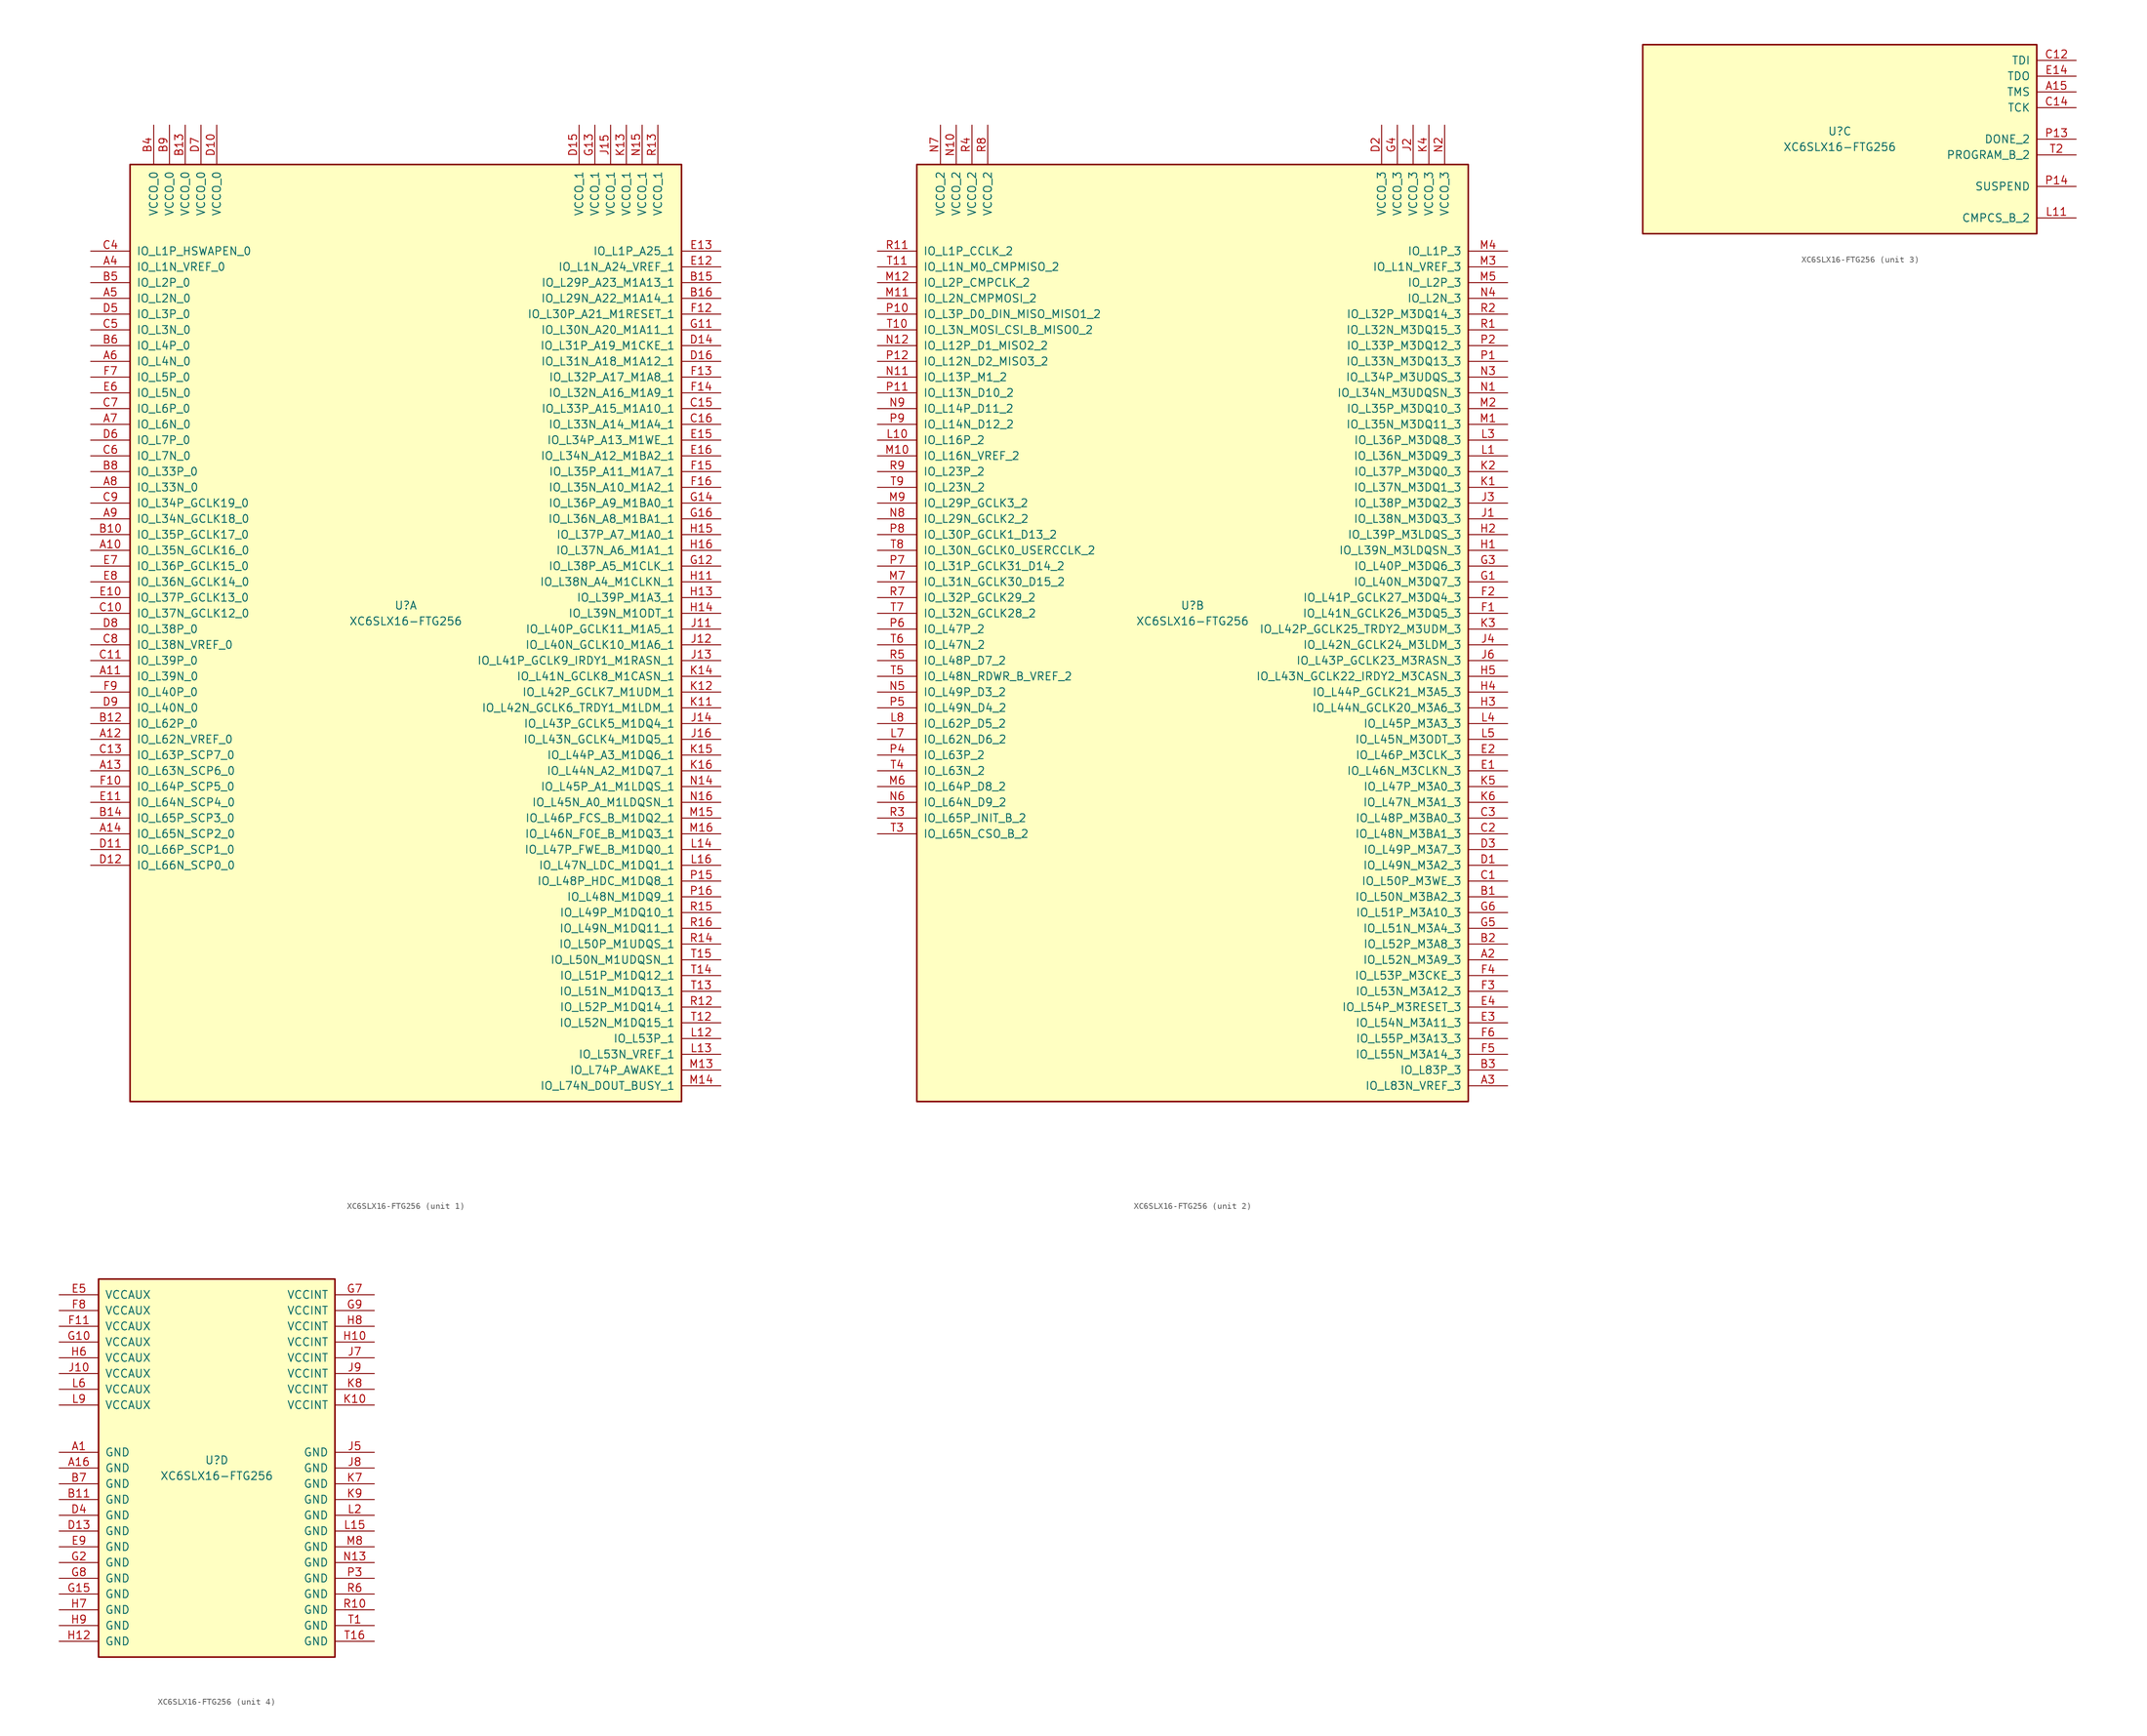
<source format=kicad_sym>
(kicad_symbol_lib
  (version 20220914)
  (generator kicad_symbol_editor)
  (symbol "XC6SLX16-FTG256"
    (pin_names
      (offset 1.016))
    (property "Reference" "U"
      (at 0 1.27 0)
      (effects (font (size 1.27 1.27))))
    (property "Value" "XC6SLX16-FTG256"
      (at 0 -1.27 0)
      (effects (font (size 1.27 1.27))))
    (property "Datasheet" ""
      (at 0 0 0)
      (effects (font (size 1.27 1.27))))
    (property "ki_locked" ""
      (at 0 0 0)
      (effects (font (size 1.27 1.27))))
    (symbol "XC6SLX16-FTG256_1_1"
      (rectangle (start -44.45 72.39) (end 44.45 -78.74) (stroke (width 0.254) (type default)) (fill (type background)))
      (pin bidirectional line (at -50.8 10.16 0) (length 6.35) (name "IO_L35N_GCLK16_0" (effects (font (size 1.27 1.27)))) (number "A10" (effects (font (size 1.27 1.27)))))
      (pin bidirectional line (at -50.8 -10.16 0) (length 6.35) (name "IO_L39N_0" (effects (font (size 1.27 1.27)))) (number "A11" (effects (font (size 1.27 1.27)))))
      (pin bidirectional line (at -50.8 -20.32 0) (length 6.35) (name "IO_L62N_VREF_0" (effects (font (size 1.27 1.27)))) (number "A12" (effects (font (size 1.27 1.27)))))
      (pin bidirectional line (at -50.8 -25.4 0) (length 6.35) (name "IO_L63N_SCP6_0" (effects (font (size 1.27 1.27)))) (number "A13" (effects (font (size 1.27 1.27)))))
      (pin bidirectional line (at -50.8 -35.56 0) (length 6.35) (name "IO_L65N_SCP2_0" (effects (font (size 1.27 1.27)))) (number "A14" (effects (font (size 1.27 1.27)))))
      (pin bidirectional line (at -50.8 55.88 0) (length 6.35) (name "IO_L1N_VREF_0" (effects (font (size 1.27 1.27)))) (number "A4" (effects (font (size 1.27 1.27)))))
      (pin bidirectional line (at -50.8 50.8 0) (length 6.35) (name "IO_L2N_0" (effects (font (size 1.27 1.27)))) (number "A5" (effects (font (size 1.27 1.27)))))
      (pin bidirectional line (at -50.8 40.64 0) (length 6.35) (name "IO_L4N_0" (effects (font (size 1.27 1.27)))) (number "A6" (effects (font (size 1.27 1.27)))))
      (pin bidirectional line (at -50.8 30.48 0) (length 6.35) (name "IO_L6N_0" (effects (font (size 1.27 1.27)))) (number "A7" (effects (font (size 1.27 1.27)))))
      (pin bidirectional line (at -50.8 20.32 0) (length 6.35) (name "IO_L33N_0" (effects (font (size 1.27 1.27)))) (number "A8" (effects (font (size 1.27 1.27)))))
      (pin bidirectional line (at -50.8 15.24 0) (length 6.35) (name "IO_L34N_GCLK18_0" (effects (font (size 1.27 1.27)))) (number "A9" (effects (font (size 1.27 1.27)))))
      (pin bidirectional line (at -50.8 12.7 0) (length 6.35) (name "IO_L35P_GCLK17_0" (effects (font (size 1.27 1.27)))) (number "B10" (effects (font (size 1.27 1.27)))))
      (pin bidirectional line (at -50.8 -17.78 0) (length 6.35) (name "IO_L62P_0" (effects (font (size 1.27 1.27)))) (number "B12" (effects (font (size 1.27 1.27)))))
      (pin power_in line (at -35.56 78.74 270) (length 6.35) (name "VCCO_0" (effects (font (size 1.27 1.27)))) (number "B13" (effects (font (size 1.27 1.27)))))
      (pin bidirectional line (at -50.8 -33.02 0) (length 6.35) (name "IO_L65P_SCP3_0" (effects (font (size 1.27 1.27)))) (number "B14" (effects (font (size 1.27 1.27)))))
      (pin bidirectional line (at 50.8 53.34 180) (length 6.35) (name "IO_L29P_A23_M1A13_1" (effects (font (size 1.27 1.27)))) (number "B15" (effects (font (size 1.27 1.27)))))
      (pin bidirectional line (at 50.8 50.8 180) (length 6.35) (name "IO_L29N_A22_M1A14_1" (effects (font (size 1.27 1.27)))) (number "B16" (effects (font (size 1.27 1.27)))))
      (pin power_in line (at -40.64 78.74 270) (length 6.35) (name "VCCO_0" (effects (font (size 1.27 1.27)))) (number "B4" (effects (font (size 1.27 1.27)))))
      (pin bidirectional line (at -50.8 53.34 0) (length 6.35) (name "IO_L2P_0" (effects (font (size 1.27 1.27)))) (number "B5" (effects (font (size 1.27 1.27)))))
      (pin bidirectional line (at -50.8 43.18 0) (length 6.35) (name "IO_L4P_0" (effects (font (size 1.27 1.27)))) (number "B6" (effects (font (size 1.27 1.27)))))
      (pin bidirectional line (at -50.8 22.86 0) (length 6.35) (name "IO_L33P_0" (effects (font (size 1.27 1.27)))) (number "B8" (effects (font (size 1.27 1.27)))))
      (pin power_in line (at -38.1 78.74 270) (length 6.35) (name "VCCO_0" (effects (font (size 1.27 1.27)))) (number "B9" (effects (font (size 1.27 1.27)))))
      (pin bidirectional line (at -50.8 0 0) (length 6.35) (name "IO_L37N_GCLK12_0" (effects (font (size 1.27 1.27)))) (number "C10" (effects (font (size 1.27 1.27)))))
      (pin bidirectional line (at -50.8 -7.62 0) (length 6.35) (name "IO_L39P_0" (effects (font (size 1.27 1.27)))) (number "C11" (effects (font (size 1.27 1.27)))))
      (pin bidirectional line (at -50.8 -22.86 0) (length 6.35) (name "IO_L63P_SCP7_0" (effects (font (size 1.27 1.27)))) (number "C13" (effects (font (size 1.27 1.27)))))
      (pin bidirectional line (at 50.8 33.02 180) (length 6.35) (name "IO_L33P_A15_M1A10_1" (effects (font (size 1.27 1.27)))) (number "C15" (effects (font (size 1.27 1.27)))))
      (pin bidirectional line (at 50.8 30.48 180) (length 6.35) (name "IO_L33N_A14_M1A4_1" (effects (font (size 1.27 1.27)))) (number "C16" (effects (font (size 1.27 1.27)))))
      (pin bidirectional line (at -50.8 58.42 0) (length 6.35) (name "IO_L1P_HSWAPEN_0" (effects (font (size 1.27 1.27)))) (number "C4" (effects (font (size 1.27 1.27)))))
      (pin bidirectional line (at -50.8 45.72 0) (length 6.35) (name "IO_L3N_0" (effects (font (size 1.27 1.27)))) (number "C5" (effects (font (size 1.27 1.27)))))
      (pin bidirectional line (at -50.8 25.4 0) (length 6.35) (name "IO_L7N_0" (effects (font (size 1.27 1.27)))) (number "C6" (effects (font (size 1.27 1.27)))))
      (pin bidirectional line (at -50.8 33.02 0) (length 6.35) (name "IO_L6P_0" (effects (font (size 1.27 1.27)))) (number "C7" (effects (font (size 1.27 1.27)))))
      (pin bidirectional line (at -50.8 -5.08 0) (length 6.35) (name "IO_L38N_VREF_0" (effects (font (size 1.27 1.27)))) (number "C8" (effects (font (size 1.27 1.27)))))
      (pin bidirectional line (at -50.8 17.78 0) (length 6.35) (name "IO_L34P_GCLK19_0" (effects (font (size 1.27 1.27)))) (number "C9" (effects (font (size 1.27 1.27)))))
      (pin power_in line (at -30.48 78.74 270) (length 6.35) (name "VCCO_0" (effects (font (size 1.27 1.27)))) (number "D10" (effects (font (size 1.27 1.27)))))
      (pin bidirectional line (at -50.8 -38.1 0) (length 6.35) (name "IO_L66P_SCP1_0" (effects (font (size 1.27 1.27)))) (number "D11" (effects (font (size 1.27 1.27)))))
      (pin bidirectional line (at -50.8 -40.64 0) (length 6.35) (name "IO_L66N_SCP0_0" (effects (font (size 1.27 1.27)))) (number "D12" (effects (font (size 1.27 1.27)))))
      (pin bidirectional line (at 50.8 43.18 180) (length 6.35) (name "IO_L31P_A19_M1CKE_1" (effects (font (size 1.27 1.27)))) (number "D14" (effects (font (size 1.27 1.27)))))
      (pin power_in line (at 27.94 78.74 270) (length 6.35) (name "VCCO_1" (effects (font (size 1.27 1.27)))) (number "D15" (effects (font (size 1.27 1.27)))))
      (pin bidirectional line (at 50.8 40.64 180) (length 6.35) (name "IO_L31N_A18_M1A12_1" (effects (font (size 1.27 1.27)))) (number "D16" (effects (font (size 1.27 1.27)))))
      (pin bidirectional line (at -50.8 48.26 0) (length 6.35) (name "IO_L3P_0" (effects (font (size 1.27 1.27)))) (number "D5" (effects (font (size 1.27 1.27)))))
      (pin bidirectional line (at -50.8 27.94 0) (length 6.35) (name "IO_L7P_0" (effects (font (size 1.27 1.27)))) (number "D6" (effects (font (size 1.27 1.27)))))
      (pin power_in line (at -33.02 78.74 270) (length 6.35) (name "VCCO_0" (effects (font (size 1.27 1.27)))) (number "D7" (effects (font (size 1.27 1.27)))))
      (pin bidirectional line (at -50.8 -2.54 0) (length 6.35) (name "IO_L38P_0" (effects (font (size 1.27 1.27)))) (number "D8" (effects (font (size 1.27 1.27)))))
      (pin bidirectional line (at -50.8 -15.24 0) (length 6.35) (name "IO_L40N_0" (effects (font (size 1.27 1.27)))) (number "D9" (effects (font (size 1.27 1.27)))))
      (pin bidirectional line (at -50.8 2.54 0) (length 6.35) (name "IO_L37P_GCLK13_0" (effects (font (size 1.27 1.27)))) (number "E10" (effects (font (size 1.27 1.27)))))
      (pin bidirectional line (at -50.8 -30.48 0) (length 6.35) (name "IO_L64N_SCP4_0" (effects (font (size 1.27 1.27)))) (number "E11" (effects (font (size 1.27 1.27)))))
      (pin bidirectional line (at 50.8 55.88 180) (length 6.35) (name "IO_L1N_A24_VREF_1" (effects (font (size 1.27 1.27)))) (number "E12" (effects (font (size 1.27 1.27)))))
      (pin bidirectional line (at 50.8 58.42 180) (length 6.35) (name "IO_L1P_A25_1" (effects (font (size 1.27 1.27)))) (number "E13" (effects (font (size 1.27 1.27)))))
      (pin bidirectional line (at 50.8 27.94 180) (length 6.35) (name "IO_L34P_A13_M1WE_1" (effects (font (size 1.27 1.27)))) (number "E15" (effects (font (size 1.27 1.27)))))
      (pin bidirectional line (at 50.8 25.4 180) (length 6.35) (name "IO_L34N_A12_M1BA2_1" (effects (font (size 1.27 1.27)))) (number "E16" (effects (font (size 1.27 1.27)))))
      (pin bidirectional line (at -50.8 35.56 0) (length 6.35) (name "IO_L5N_0" (effects (font (size 1.27 1.27)))) (number "E6" (effects (font (size 1.27 1.27)))))
      (pin bidirectional line (at -50.8 7.62 0) (length 6.35) (name "IO_L36P_GCLK15_0" (effects (font (size 1.27 1.27)))) (number "E7" (effects (font (size 1.27 1.27)))))
      (pin bidirectional line (at -50.8 5.08 0) (length 6.35) (name "IO_L36N_GCLK14_0" (effects (font (size 1.27 1.27)))) (number "E8" (effects (font (size 1.27 1.27)))))
      (pin bidirectional line (at -50.8 -27.94 0) (length 6.35) (name "IO_L64P_SCP5_0" (effects (font (size 1.27 1.27)))) (number "F10" (effects (font (size 1.27 1.27)))))
      (pin bidirectional line (at 50.8 48.26 180) (length 6.35) (name "IO_L30P_A21_M1RESET_1" (effects (font (size 1.27 1.27)))) (number "F12" (effects (font (size 1.27 1.27)))))
      (pin bidirectional line (at 50.8 38.1 180) (length 6.35) (name "IO_L32P_A17_M1A8_1" (effects (font (size 1.27 1.27)))) (number "F13" (effects (font (size 1.27 1.27)))))
      (pin bidirectional line (at 50.8 35.56 180) (length 6.35) (name "IO_L32N_A16_M1A9_1" (effects (font (size 1.27 1.27)))) (number "F14" (effects (font (size 1.27 1.27)))))
      (pin bidirectional line (at 50.8 22.86 180) (length 6.35) (name "IO_L35P_A11_M1A7_1" (effects (font (size 1.27 1.27)))) (number "F15" (effects (font (size 1.27 1.27)))))
      (pin bidirectional line (at 50.8 20.32 180) (length 6.35) (name "IO_L35N_A10_M1A2_1" (effects (font (size 1.27 1.27)))) (number "F16" (effects (font (size 1.27 1.27)))))
      (pin bidirectional line (at -50.8 38.1 0) (length 6.35) (name "IO_L5P_0" (effects (font (size 1.27 1.27)))) (number "F7" (effects (font (size 1.27 1.27)))))
      (pin bidirectional line (at -50.8 -12.7 0) (length 6.35) (name "IO_L40P_0" (effects (font (size 1.27 1.27)))) (number "F9" (effects (font (size 1.27 1.27)))))
      (pin bidirectional line (at 50.8 45.72 180) (length 6.35) (name "IO_L30N_A20_M1A11_1" (effects (font (size 1.27 1.27)))) (number "G11" (effects (font (size 1.27 1.27)))))
      (pin bidirectional line (at 50.8 7.62 180) (length 6.35) (name "IO_L38P_A5_M1CLK_1" (effects (font (size 1.27 1.27)))) (number "G12" (effects (font (size 1.27 1.27)))))
      (pin power_in line (at 30.48 78.74 270) (length 6.35) (name "VCCO_1" (effects (font (size 1.27 1.27)))) (number "G13" (effects (font (size 1.27 1.27)))))
      (pin bidirectional line (at 50.8 17.78 180) (length 6.35) (name "IO_L36P_A9_M1BA0_1" (effects (font (size 1.27 1.27)))) (number "G14" (effects (font (size 1.27 1.27)))))
      (pin bidirectional line (at 50.8 15.24 180) (length 6.35) (name "IO_L36N_A8_M1BA1_1" (effects (font (size 1.27 1.27)))) (number "G16" (effects (font (size 1.27 1.27)))))
      (pin bidirectional line (at 50.8 5.08 180) (length 6.35) (name "IO_L38N_A4_M1CLKN_1" (effects (font (size 1.27 1.27)))) (number "H11" (effects (font (size 1.27 1.27)))))
      (pin bidirectional line (at 50.8 2.54 180) (length 6.35) (name "IO_L39P_M1A3_1" (effects (font (size 1.27 1.27)))) (number "H13" (effects (font (size 1.27 1.27)))))
      (pin bidirectional line (at 50.8 0 180) (length 6.35) (name "IO_L39N_M1ODT_1" (effects (font (size 1.27 1.27)))) (number "H14" (effects (font (size 1.27 1.27)))))
      (pin bidirectional line (at 50.8 12.7 180) (length 6.35) (name "IO_L37P_A7_M1A0_1" (effects (font (size 1.27 1.27)))) (number "H15" (effects (font (size 1.27 1.27)))))
      (pin bidirectional line (at 50.8 10.16 180) (length 6.35) (name "IO_L37N_A6_M1A1_1" (effects (font (size 1.27 1.27)))) (number "H16" (effects (font (size 1.27 1.27)))))
      (pin bidirectional line (at 50.8 -2.54 180) (length 6.35) (name "IO_L40P_GCLK11_M1A5_1" (effects (font (size 1.27 1.27)))) (number "J11" (effects (font (size 1.27 1.27)))))
      (pin bidirectional line (at 50.8 -5.08 180) (length 6.35) (name "IO_L40N_GCLK10_M1A6_1" (effects (font (size 1.27 1.27)))) (number "J12" (effects (font (size 1.27 1.27)))))
      (pin bidirectional line (at 50.8 -7.62 180) (length 6.35) (name "IO_L41P_GCLK9_IRDY1_M1RASN_1" (effects (font (size 1.27 1.27)))) (number "J13" (effects (font (size 1.27 1.27)))))
      (pin bidirectional line (at 50.8 -17.78 180) (length 6.35) (name "IO_L43P_GCLK5_M1DQ4_1" (effects (font (size 1.27 1.27)))) (number "J14" (effects (font (size 1.27 1.27)))))
      (pin power_in line (at 33.02 78.74 270) (length 6.35) (name "VCCO_1" (effects (font (size 1.27 1.27)))) (number "J15" (effects (font (size 1.27 1.27)))))
      (pin bidirectional line (at 50.8 -20.32 180) (length 6.35) (name "IO_L43N_GCLK4_M1DQ5_1" (effects (font (size 1.27 1.27)))) (number "J16" (effects (font (size 1.27 1.27)))))
      (pin bidirectional line (at 50.8 -15.24 180) (length 6.35) (name "IO_L42N_GCLK6_TRDY1_M1LDM_1" (effects (font (size 1.27 1.27)))) (number "K11" (effects (font (size 1.27 1.27)))))
      (pin bidirectional line (at 50.8 -12.7 180) (length 6.35) (name "IO_L42P_GCLK7_M1UDM_1" (effects (font (size 1.27 1.27)))) (number "K12" (effects (font (size 1.27 1.27)))))
      (pin power_in line (at 35.56 78.74 270) (length 6.35) (name "VCCO_1" (effects (font (size 1.27 1.27)))) (number "K13" (effects (font (size 1.27 1.27)))))
      (pin bidirectional line (at 50.8 -10.16 180) (length 6.35) (name "IO_L41N_GCLK8_M1CASN_1" (effects (font (size 1.27 1.27)))) (number "K14" (effects (font (size 1.27 1.27)))))
      (pin bidirectional line (at 50.8 -22.86 180) (length 6.35) (name "IO_L44P_A3_M1DQ6_1" (effects (font (size 1.27 1.27)))) (number "K15" (effects (font (size 1.27 1.27)))))
      (pin bidirectional line (at 50.8 -25.4 180) (length 6.35) (name "IO_L44N_A2_M1DQ7_1" (effects (font (size 1.27 1.27)))) (number "K16" (effects (font (size 1.27 1.27)))))
      (pin bidirectional line (at 50.8 -68.58 180) (length 6.35) (name "IO_L53P_1" (effects (font (size 1.27 1.27)))) (number "L12" (effects (font (size 1.27 1.27)))))
      (pin bidirectional line (at 50.8 -71.12 180) (length 6.35) (name "IO_L53N_VREF_1" (effects (font (size 1.27 1.27)))) (number "L13" (effects (font (size 1.27 1.27)))))
      (pin bidirectional line (at 50.8 -38.1 180) (length 6.35) (name "IO_L47P_FWE_B_M1DQ0_1" (effects (font (size 1.27 1.27)))) (number "L14" (effects (font (size 1.27 1.27)))))
      (pin bidirectional line (at 50.8 -40.64 180) (length 6.35) (name "IO_L47N_LDC_M1DQ1_1" (effects (font (size 1.27 1.27)))) (number "L16" (effects (font (size 1.27 1.27)))))
      (pin bidirectional line (at 50.8 -73.66 180) (length 6.35) (name "IO_L74P_AWAKE_1" (effects (font (size 1.27 1.27)))) (number "M13" (effects (font (size 1.27 1.27)))))
      (pin bidirectional line (at 50.8 -76.2 180) (length 6.35) (name "IO_L74N_DOUT_BUSY_1" (effects (font (size 1.27 1.27)))) (number "M14" (effects (font (size 1.27 1.27)))))
      (pin bidirectional line (at 50.8 -33.02 180) (length 6.35) (name "IO_L46P_FCS_B_M1DQ2_1" (effects (font (size 1.27 1.27)))) (number "M15" (effects (font (size 1.27 1.27)))))
      (pin bidirectional line (at 50.8 -35.56 180) (length 6.35) (name "IO_L46N_FOE_B_M1DQ3_1" (effects (font (size 1.27 1.27)))) (number "M16" (effects (font (size 1.27 1.27)))))
      (pin bidirectional line (at 50.8 -27.94 180) (length 6.35) (name "IO_L45P_A1_M1LDQS_1" (effects (font (size 1.27 1.27)))) (number "N14" (effects (font (size 1.27 1.27)))))
      (pin power_in line (at 38.1 78.74 270) (length 6.35) (name "VCCO_1" (effects (font (size 1.27 1.27)))) (number "N15" (effects (font (size 1.27 1.27)))))
      (pin bidirectional line (at 50.8 -30.48 180) (length 6.35) (name "IO_L45N_A0_M1LDQSN_1" (effects (font (size 1.27 1.27)))) (number "N16" (effects (font (size 1.27 1.27)))))
      (pin bidirectional line (at 50.8 -43.18 180) (length 6.35) (name "IO_L48P_HDC_M1DQ8_1" (effects (font (size 1.27 1.27)))) (number "P15" (effects (font (size 1.27 1.27)))))
      (pin bidirectional line (at 50.8 -45.72 180) (length 6.35) (name "IO_L48N_M1DQ9_1" (effects (font (size 1.27 1.27)))) (number "P16" (effects (font (size 1.27 1.27)))))
      (pin bidirectional line (at 50.8 -63.5 180) (length 6.35) (name "IO_L52P_M1DQ14_1" (effects (font (size 1.27 1.27)))) (number "R12" (effects (font (size 1.27 1.27)))))
      (pin power_in line (at 40.64 78.74 270) (length 6.35) (name "VCCO_1" (effects (font (size 1.27 1.27)))) (number "R13" (effects (font (size 1.27 1.27)))))
      (pin bidirectional line (at 50.8 -53.34 180) (length 6.35) (name "IO_L50P_M1UDQS_1" (effects (font (size 1.27 1.27)))) (number "R14" (effects (font (size 1.27 1.27)))))
      (pin bidirectional line (at 50.8 -48.26 180) (length 6.35) (name "IO_L49P_M1DQ10_1" (effects (font (size 1.27 1.27)))) (number "R15" (effects (font (size 1.27 1.27)))))
      (pin bidirectional line (at 50.8 -50.8 180) (length 6.35) (name "IO_L49N_M1DQ11_1" (effects (font (size 1.27 1.27)))) (number "R16" (effects (font (size 1.27 1.27)))))
      (pin bidirectional line (at 50.8 -66.04 180) (length 6.35) (name "IO_L52N_M1DQ15_1" (effects (font (size 1.27 1.27)))) (number "T12" (effects (font (size 1.27 1.27)))))
      (pin bidirectional line (at 50.8 -60.96 180) (length 6.35) (name "IO_L51N_M1DQ13_1" (effects (font (size 1.27 1.27)))) (number "T13" (effects (font (size 1.27 1.27)))))
      (pin bidirectional line (at 50.8 -58.42 180) (length 6.35) (name "IO_L51P_M1DQ12_1" (effects (font (size 1.27 1.27)))) (number "T14" (effects (font (size 1.27 1.27)))))
      (pin bidirectional line (at 50.8 -55.88 180) (length 6.35) (name "IO_L50N_M1UDQSN_1" (effects (font (size 1.27 1.27)))) (number "T15" (effects (font (size 1.27 1.27))))))
    (symbol "XC6SLX16-FTG256_2_1"
      (rectangle (start -44.45 72.39) (end 44.45 -78.74) (stroke (width 0.254) (type default)) (fill (type background)))
      (pin bidirectional line (at 50.8 -55.88 180) (length 6.35) (name "IO_L52N_M3A9_3" (effects (font (size 1.27 1.27)))) (number "A2" (effects (font (size 1.27 1.27)))))
      (pin bidirectional line (at 50.8 -76.2 180) (length 6.35) (name "IO_L83N_VREF_3" (effects (font (size 1.27 1.27)))) (number "A3" (effects (font (size 1.27 1.27)))))
      (pin bidirectional line (at 50.8 -45.72 180) (length 6.35) (name "IO_L50N_M3BA2_3" (effects (font (size 1.27 1.27)))) (number "B1" (effects (font (size 1.27 1.27)))))
      (pin bidirectional line (at 50.8 -53.34 180) (length 6.35) (name "IO_L52P_M3A8_3" (effects (font (size 1.27 1.27)))) (number "B2" (effects (font (size 1.27 1.27)))))
      (pin bidirectional line (at 50.8 -73.66 180) (length 6.35) (name "IO_L83P_3" (effects (font (size 1.27 1.27)))) (number "B3" (effects (font (size 1.27 1.27)))))
      (pin bidirectional line (at 50.8 -43.18 180) (length 6.35) (name "IO_L50P_M3WE_3" (effects (font (size 1.27 1.27)))) (number "C1" (effects (font (size 1.27 1.27)))))
      (pin bidirectional line (at 50.8 -35.56 180) (length 6.35) (name "IO_L48N_M3BA1_3" (effects (font (size 1.27 1.27)))) (number "C2" (effects (font (size 1.27 1.27)))))
      (pin bidirectional line (at 50.8 -33.02 180) (length 6.35) (name "IO_L48P_M3BA0_3" (effects (font (size 1.27 1.27)))) (number "C3" (effects (font (size 1.27 1.27)))))
      (pin bidirectional line (at 50.8 -40.64 180) (length 6.35) (name "IO_L49N_M3A2_3" (effects (font (size 1.27 1.27)))) (number "D1" (effects (font (size 1.27 1.27)))))
      (pin power_in line (at 30.48 78.74 270) (length 6.35) (name "VCCO_3" (effects (font (size 1.27 1.27)))) (number "D2" (effects (font (size 1.27 1.27)))))
      (pin bidirectional line (at 50.8 -38.1 180) (length 6.35) (name "IO_L49P_M3A7_3" (effects (font (size 1.27 1.27)))) (number "D3" (effects (font (size 1.27 1.27)))))
      (pin bidirectional line (at 50.8 -25.4 180) (length 6.35) (name "IO_L46N_M3CLKN_3" (effects (font (size 1.27 1.27)))) (number "E1" (effects (font (size 1.27 1.27)))))
      (pin bidirectional line (at 50.8 -22.86 180) (length 6.35) (name "IO_L46P_M3CLK_3" (effects (font (size 1.27 1.27)))) (number "E2" (effects (font (size 1.27 1.27)))))
      (pin bidirectional line (at 50.8 -66.04 180) (length 6.35) (name "IO_L54N_M3A11_3" (effects (font (size 1.27 1.27)))) (number "E3" (effects (font (size 1.27 1.27)))))
      (pin bidirectional line (at 50.8 -63.5 180) (length 6.35) (name "IO_L54P_M3RESET_3" (effects (font (size 1.27 1.27)))) (number "E4" (effects (font (size 1.27 1.27)))))
      (pin bidirectional line (at 50.8 0 180) (length 6.35) (name "IO_L41N_GCLK26_M3DQ5_3" (effects (font (size 1.27 1.27)))) (number "F1" (effects (font (size 1.27 1.27)))))
      (pin bidirectional line (at 50.8 2.54 180) (length 6.35) (name "IO_L41P_GCLK27_M3DQ4_3" (effects (font (size 1.27 1.27)))) (number "F2" (effects (font (size 1.27 1.27)))))
      (pin bidirectional line (at 50.8 -60.96 180) (length 6.35) (name "IO_L53N_M3A12_3" (effects (font (size 1.27 1.27)))) (number "F3" (effects (font (size 1.27 1.27)))))
      (pin bidirectional line (at 50.8 -58.42 180) (length 6.35) (name "IO_L53P_M3CKE_3" (effects (font (size 1.27 1.27)))) (number "F4" (effects (font (size 1.27 1.27)))))
      (pin bidirectional line (at 50.8 -71.12 180) (length 6.35) (name "IO_L55N_M3A14_3" (effects (font (size 1.27 1.27)))) (number "F5" (effects (font (size 1.27 1.27)))))
      (pin bidirectional line (at 50.8 -68.58 180) (length 6.35) (name "IO_L55P_M3A13_3" (effects (font (size 1.27 1.27)))) (number "F6" (effects (font (size 1.27 1.27)))))
      (pin bidirectional line (at 50.8 5.08 180) (length 6.35) (name "IO_L40N_M3DQ7_3" (effects (font (size 1.27 1.27)))) (number "G1" (effects (font (size 1.27 1.27)))))
      (pin bidirectional line (at 50.8 7.62 180) (length 6.35) (name "IO_L40P_M3DQ6_3" (effects (font (size 1.27 1.27)))) (number "G3" (effects (font (size 1.27 1.27)))))
      (pin power_in line (at 33.02 78.74 270) (length 6.35) (name "VCCO_3" (effects (font (size 1.27 1.27)))) (number "G4" (effects (font (size 1.27 1.27)))))
      (pin bidirectional line (at 50.8 -50.8 180) (length 6.35) (name "IO_L51N_M3A4_3" (effects (font (size 1.27 1.27)))) (number "G5" (effects (font (size 1.27 1.27)))))
      (pin bidirectional line (at 50.8 -48.26 180) (length 6.35) (name "IO_L51P_M3A10_3" (effects (font (size 1.27 1.27)))) (number "G6" (effects (font (size 1.27 1.27)))))
      (pin bidirectional line (at 50.8 10.16 180) (length 6.35) (name "IO_L39N_M3LDQSN_3" (effects (font (size 1.27 1.27)))) (number "H1" (effects (font (size 1.27 1.27)))))
      (pin bidirectional line (at 50.8 12.7 180) (length 6.35) (name "IO_L39P_M3LDQS_3" (effects (font (size 1.27 1.27)))) (number "H2" (effects (font (size 1.27 1.27)))))
      (pin bidirectional line (at 50.8 -15.24 180) (length 6.35) (name "IO_L44N_GCLK20_M3A6_3" (effects (font (size 1.27 1.27)))) (number "H3" (effects (font (size 1.27 1.27)))))
      (pin bidirectional line (at 50.8 -12.7 180) (length 6.35) (name "IO_L44P_GCLK21_M3A5_3" (effects (font (size 1.27 1.27)))) (number "H4" (effects (font (size 1.27 1.27)))))
      (pin bidirectional line (at 50.8 -10.16 180) (length 6.35) (name "IO_L43N_GCLK22_IRDY2_M3CASN_3" (effects (font (size 1.27 1.27)))) (number "H5" (effects (font (size 1.27 1.27)))))
      (pin bidirectional line (at 50.8 15.24 180) (length 6.35) (name "IO_L38N_M3DQ3_3" (effects (font (size 1.27 1.27)))) (number "J1" (effects (font (size 1.27 1.27)))))
      (pin power_in line (at 35.56 78.74 270) (length 6.35) (name "VCCO_3" (effects (font (size 1.27 1.27)))) (number "J2" (effects (font (size 1.27 1.27)))))
      (pin bidirectional line (at 50.8 17.78 180) (length 6.35) (name "IO_L38P_M3DQ2_3" (effects (font (size 1.27 1.27)))) (number "J3" (effects (font (size 1.27 1.27)))))
      (pin bidirectional line (at 50.8 -5.08 180) (length 6.35) (name "IO_L42N_GCLK24_M3LDM_3" (effects (font (size 1.27 1.27)))) (number "J4" (effects (font (size 1.27 1.27)))))
      (pin bidirectional line (at 50.8 -7.62 180) (length 6.35) (name "IO_L43P_GCLK23_M3RASN_3" (effects (font (size 1.27 1.27)))) (number "J6" (effects (font (size 1.27 1.27)))))
      (pin bidirectional line (at 50.8 20.32 180) (length 6.35) (name "IO_L37N_M3DQ1_3" (effects (font (size 1.27 1.27)))) (number "K1" (effects (font (size 1.27 1.27)))))
      (pin bidirectional line (at 50.8 22.86 180) (length 6.35) (name "IO_L37P_M3DQ0_3" (effects (font (size 1.27 1.27)))) (number "K2" (effects (font (size 1.27 1.27)))))
      (pin bidirectional line (at 50.8 -2.54 180) (length 6.35) (name "IO_L42P_GCLK25_TRDY2_M3UDM_3" (effects (font (size 1.27 1.27)))) (number "K3" (effects (font (size 1.27 1.27)))))
      (pin power_in line (at 38.1 78.74 270) (length 6.35) (name "VCCO_3" (effects (font (size 1.27 1.27)))) (number "K4" (effects (font (size 1.27 1.27)))))
      (pin bidirectional line (at 50.8 -27.94 180) (length 6.35) (name "IO_L47P_M3A0_3" (effects (font (size 1.27 1.27)))) (number "K5" (effects (font (size 1.27 1.27)))))
      (pin bidirectional line (at 50.8 -30.48 180) (length 6.35) (name "IO_L47N_M3A1_3" (effects (font (size 1.27 1.27)))) (number "K6" (effects (font (size 1.27 1.27)))))
      (pin bidirectional line (at 50.8 25.4 180) (length 6.35) (name "IO_L36N_M3DQ9_3" (effects (font (size 1.27 1.27)))) (number "L1" (effects (font (size 1.27 1.27)))))
      (pin bidirectional line (at -50.8 27.94 0) (length 6.35) (name "IO_L16P_2" (effects (font (size 1.27 1.27)))) (number "L10" (effects (font (size 1.27 1.27)))))
      (pin bidirectional line (at 50.8 27.94 180) (length 6.35) (name "IO_L36P_M3DQ8_3" (effects (font (size 1.27 1.27)))) (number "L3" (effects (font (size 1.27 1.27)))))
      (pin bidirectional line (at 50.8 -17.78 180) (length 6.35) (name "IO_L45P_M3A3_3" (effects (font (size 1.27 1.27)))) (number "L4" (effects (font (size 1.27 1.27)))))
      (pin bidirectional line (at 50.8 -20.32 180) (length 6.35) (name "IO_L45N_M3ODT_3" (effects (font (size 1.27 1.27)))) (number "L5" (effects (font (size 1.27 1.27)))))
      (pin bidirectional line (at -50.8 -20.32 0) (length 6.35) (name "IO_L62N_D6_2" (effects (font (size 1.27 1.27)))) (number "L7" (effects (font (size 1.27 1.27)))))
      (pin bidirectional line (at -50.8 -17.78 0) (length 6.35) (name "IO_L62P_D5_2" (effects (font (size 1.27 1.27)))) (number "L8" (effects (font (size 1.27 1.27)))))
      (pin bidirectional line (at 50.8 30.48 180) (length 6.35) (name "IO_L35N_M3DQ11_3" (effects (font (size 1.27 1.27)))) (number "M1" (effects (font (size 1.27 1.27)))))
      (pin bidirectional line (at -50.8 25.4 0) (length 6.35) (name "IO_L16N_VREF_2" (effects (font (size 1.27 1.27)))) (number "M10" (effects (font (size 1.27 1.27)))))
      (pin bidirectional line (at -50.8 50.8 0) (length 6.35) (name "IO_L2N_CMPMOSI_2" (effects (font (size 1.27 1.27)))) (number "M11" (effects (font (size 1.27 1.27)))))
      (pin bidirectional line (at -50.8 53.34 0) (length 6.35) (name "IO_L2P_CMPCLK_2" (effects (font (size 1.27 1.27)))) (number "M12" (effects (font (size 1.27 1.27)))))
      (pin bidirectional line (at 50.8 33.02 180) (length 6.35) (name "IO_L35P_M3DQ10_3" (effects (font (size 1.27 1.27)))) (number "M2" (effects (font (size 1.27 1.27)))))
      (pin bidirectional line (at 50.8 55.88 180) (length 6.35) (name "IO_L1N_VREF_3" (effects (font (size 1.27 1.27)))) (number "M3" (effects (font (size 1.27 1.27)))))
      (pin bidirectional line (at 50.8 58.42 180) (length 6.35) (name "IO_L1P_3" (effects (font (size 1.27 1.27)))) (number "M4" (effects (font (size 1.27 1.27)))))
      (pin bidirectional line (at 50.8 53.34 180) (length 6.35) (name "IO_L2P_3" (effects (font (size 1.27 1.27)))) (number "M5" (effects (font (size 1.27 1.27)))))
      (pin bidirectional line (at -50.8 -27.94 0) (length 6.35) (name "IO_L64P_D8_2" (effects (font (size 1.27 1.27)))) (number "M6" (effects (font (size 1.27 1.27)))))
      (pin bidirectional line (at -50.8 5.08 0) (length 6.35) (name "IO_L31N_GCLK30_D15_2" (effects (font (size 1.27 1.27)))) (number "M7" (effects (font (size 1.27 1.27)))))
      (pin bidirectional line (at -50.8 17.78 0) (length 6.35) (name "IO_L29P_GCLK3_2" (effects (font (size 1.27 1.27)))) (number "M9" (effects (font (size 1.27 1.27)))))
      (pin bidirectional line (at 50.8 35.56 180) (length 6.35) (name "IO_L34N_M3UDQSN_3" (effects (font (size 1.27 1.27)))) (number "N1" (effects (font (size 1.27 1.27)))))
      (pin power_in line (at -38.1 78.74 270) (length 6.35) (name "VCCO_2" (effects (font (size 1.27 1.27)))) (number "N10" (effects (font (size 1.27 1.27)))))
      (pin bidirectional line (at -50.8 38.1 0) (length 6.35) (name "IO_L13P_M1_2" (effects (font (size 1.27 1.27)))) (number "N11" (effects (font (size 1.27 1.27)))))
      (pin bidirectional line (at -50.8 43.18 0) (length 6.35) (name "IO_L12P_D1_MISO2_2" (effects (font (size 1.27 1.27)))) (number "N12" (effects (font (size 1.27 1.27)))))
      (pin power_in line (at 40.64 78.74 270) (length 6.35) (name "VCCO_3" (effects (font (size 1.27 1.27)))) (number "N2" (effects (font (size 1.27 1.27)))))
      (pin bidirectional line (at 50.8 38.1 180) (length 6.35) (name "IO_L34P_M3UDQS_3" (effects (font (size 1.27 1.27)))) (number "N3" (effects (font (size 1.27 1.27)))))
      (pin bidirectional line (at 50.8 50.8 180) (length 6.35) (name "IO_L2N_3" (effects (font (size 1.27 1.27)))) (number "N4" (effects (font (size 1.27 1.27)))))
      (pin bidirectional line (at -50.8 -12.7 0) (length 6.35) (name "IO_L49P_D3_2" (effects (font (size 1.27 1.27)))) (number "N5" (effects (font (size 1.27 1.27)))))
      (pin bidirectional line (at -50.8 -30.48 0) (length 6.35) (name "IO_L64N_D9_2" (effects (font (size 1.27 1.27)))) (number "N6" (effects (font (size 1.27 1.27)))))
      (pin power_in line (at -40.64 78.74 270) (length 6.35) (name "VCCO_2" (effects (font (size 1.27 1.27)))) (number "N7" (effects (font (size 1.27 1.27)))))
      (pin bidirectional line (at -50.8 15.24 0) (length 6.35) (name "IO_L29N_GCLK2_2" (effects (font (size 1.27 1.27)))) (number "N8" (effects (font (size 1.27 1.27)))))
      (pin bidirectional line (at -50.8 33.02 0) (length 6.35) (name "IO_L14P_D11_2" (effects (font (size 1.27 1.27)))) (number "N9" (effects (font (size 1.27 1.27)))))
      (pin bidirectional line (at 50.8 40.64 180) (length 6.35) (name "IO_L33N_M3DQ13_3" (effects (font (size 1.27 1.27)))) (number "P1" (effects (font (size 1.27 1.27)))))
      (pin bidirectional line (at -50.8 48.26 0) (length 6.35) (name "IO_L3P_D0_DIN_MISO_MISO1_2" (effects (font (size 1.27 1.27)))) (number "P10" (effects (font (size 1.27 1.27)))))
      (pin bidirectional line (at -50.8 35.56 0) (length 6.35) (name "IO_L13N_D10_2" (effects (font (size 1.27 1.27)))) (number "P11" (effects (font (size 1.27 1.27)))))
      (pin bidirectional line (at -50.8 40.64 0) (length 6.35) (name "IO_L12N_D2_MISO3_2" (effects (font (size 1.27 1.27)))) (number "P12" (effects (font (size 1.27 1.27)))))
      (pin bidirectional line (at 50.8 43.18 180) (length 6.35) (name "IO_L33P_M3DQ12_3" (effects (font (size 1.27 1.27)))) (number "P2" (effects (font (size 1.27 1.27)))))
      (pin bidirectional line (at -50.8 -22.86 0) (length 6.35) (name "IO_L63P_2" (effects (font (size 1.27 1.27)))) (number "P4" (effects (font (size 1.27 1.27)))))
      (pin bidirectional line (at -50.8 -15.24 0) (length 6.35) (name "IO_L49N_D4_2" (effects (font (size 1.27 1.27)))) (number "P5" (effects (font (size 1.27 1.27)))))
      (pin bidirectional line (at -50.8 -2.54 0) (length 6.35) (name "IO_L47P_2" (effects (font (size 1.27 1.27)))) (number "P6" (effects (font (size 1.27 1.27)))))
      (pin bidirectional line (at -50.8 7.62 0) (length 6.35) (name "IO_L31P_GCLK31_D14_2" (effects (font (size 1.27 1.27)))) (number "P7" (effects (font (size 1.27 1.27)))))
      (pin bidirectional line (at -50.8 12.7 0) (length 6.35) (name "IO_L30P_GCLK1_D13_2" (effects (font (size 1.27 1.27)))) (number "P8" (effects (font (size 1.27 1.27)))))
      (pin bidirectional line (at -50.8 30.48 0) (length 6.35) (name "IO_L14N_D12_2" (effects (font (size 1.27 1.27)))) (number "P9" (effects (font (size 1.27 1.27)))))
      (pin bidirectional line (at 50.8 45.72 180) (length 6.35) (name "IO_L32N_M3DQ15_3" (effects (font (size 1.27 1.27)))) (number "R1" (effects (font (size 1.27 1.27)))))
      (pin bidirectional line (at -50.8 58.42 0) (length 6.35) (name "IO_L1P_CCLK_2" (effects (font (size 1.27 1.27)))) (number "R11" (effects (font (size 1.27 1.27)))))
      (pin bidirectional line (at 50.8 48.26 180) (length 6.35) (name "IO_L32P_M3DQ14_3" (effects (font (size 1.27 1.27)))) (number "R2" (effects (font (size 1.27 1.27)))))
      (pin bidirectional line (at -50.8 -33.02 0) (length 6.35) (name "IO_L65P_INIT_B_2" (effects (font (size 1.27 1.27)))) (number "R3" (effects (font (size 1.27 1.27)))))
      (pin power_in line (at -35.56 78.74 270) (length 6.35) (name "VCCO_2" (effects (font (size 1.27 1.27)))) (number "R4" (effects (font (size 1.27 1.27)))))
      (pin bidirectional line (at -50.8 -7.62 0) (length 6.35) (name "IO_L48P_D7_2" (effects (font (size 1.27 1.27)))) (number "R5" (effects (font (size 1.27 1.27)))))
      (pin bidirectional line (at -50.8 2.54 0) (length 6.35) (name "IO_L32P_GCLK29_2" (effects (font (size 1.27 1.27)))) (number "R7" (effects (font (size 1.27 1.27)))))
      (pin power_in line (at -33.02 78.74 270) (length 6.35) (name "VCCO_2" (effects (font (size 1.27 1.27)))) (number "R8" (effects (font (size 1.27 1.27)))))
      (pin bidirectional line (at -50.8 22.86 0) (length 6.35) (name "IO_L23P_2" (effects (font (size 1.27 1.27)))) (number "R9" (effects (font (size 1.27 1.27)))))
      (pin bidirectional line (at -50.8 45.72 0) (length 6.35) (name "IO_L3N_MOSI_CSI_B_MISO0_2" (effects (font (size 1.27 1.27)))) (number "T10" (effects (font (size 1.27 1.27)))))
      (pin bidirectional line (at -50.8 55.88 0) (length 6.35) (name "IO_L1N_M0_CMPMISO_2" (effects (font (size 1.27 1.27)))) (number "T11" (effects (font (size 1.27 1.27)))))
      (pin bidirectional line (at -50.8 -35.56 0) (length 6.35) (name "IO_L65N_CSO_B_2" (effects (font (size 1.27 1.27)))) (number "T3" (effects (font (size 1.27 1.27)))))
      (pin bidirectional line (at -50.8 -25.4 0) (length 6.35) (name "IO_L63N_2" (effects (font (size 1.27 1.27)))) (number "T4" (effects (font (size 1.27 1.27)))))
      (pin bidirectional line (at -50.8 -10.16 0) (length 6.35) (name "IO_L48N_RDWR_B_VREF_2" (effects (font (size 1.27 1.27)))) (number "T5" (effects (font (size 1.27 1.27)))))
      (pin bidirectional line (at -50.8 -5.08 0) (length 6.35) (name "IO_L47N_2" (effects (font (size 1.27 1.27)))) (number "T6" (effects (font (size 1.27 1.27)))))
      (pin bidirectional line (at -50.8 0 0) (length 6.35) (name "IO_L32N_GCLK28_2" (effects (font (size 1.27 1.27)))) (number "T7" (effects (font (size 1.27 1.27)))))
      (pin bidirectional line (at -50.8 10.16 0) (length 6.35) (name "IO_L30N_GCLK0_USERCCLK_2" (effects (font (size 1.27 1.27)))) (number "T8" (effects (font (size 1.27 1.27)))))
      (pin bidirectional line (at -50.8 20.32 0) (length 6.35) (name "IO_L23N_2" (effects (font (size 1.27 1.27)))) (number "T9" (effects (font (size 1.27 1.27))))))
    (symbol "XC6SLX16-FTG256_3_1"
      (rectangle (start -31.75 15.24) (end 31.75 -15.24) (stroke (width 0.254) (type default)) (fill (type background)))
      (pin bidirectional line (at 38.1 7.62 180) (length 6.35) (name "TMS" (effects (font (size 1.27 1.27)))) (number "A15" (effects (font (size 1.27 1.27)))))
      (pin bidirectional line (at 38.1 12.7 180) (length 6.35) (name "TDI" (effects (font (size 1.27 1.27)))) (number "C12" (effects (font (size 1.27 1.27)))))
      (pin bidirectional line (at 38.1 5.08 180) (length 6.35) (name "TCK" (effects (font (size 1.27 1.27)))) (number "C14" (effects (font (size 1.27 1.27)))))
      (pin bidirectional line (at 38.1 10.16 180) (length 6.35) (name "TDO" (effects (font (size 1.27 1.27)))) (number "E14" (effects (font (size 1.27 1.27)))))
      (pin bidirectional line (at 38.1 -12.7 180) (length 6.35) (name "CMPCS_B_2" (effects (font (size 1.27 1.27)))) (number "L11" (effects (font (size 1.27 1.27)))))
      (pin bidirectional line (at 38.1 0 180) (length 6.35) (name "DONE_2" (effects (font (size 1.27 1.27)))) (number "P13" (effects (font (size 1.27 1.27)))))
      (pin bidirectional line (at 38.1 -7.62 180) (length 6.35) (name "SUSPEND" (effects (font (size 1.27 1.27)))) (number "P14" (effects (font (size 1.27 1.27)))))
      (pin bidirectional line (at 38.1 -2.54 180) (length 6.35) (name "PROGRAM_B_2" (effects (font (size 1.27 1.27)))) (number "T2" (effects (font (size 1.27 1.27))))))
    (symbol "XC6SLX16-FTG256_4_1"
      (rectangle (start -19.05 30.48) (end 19.05 -30.48) (stroke (width 0.254) (type default)) (fill (type background)))
      (pin power_in line (at -25.4 2.54 0) (length 6.35) (name "GND" (effects (font (size 1.27 1.27)))) (number "A1" (effects (font (size 1.27 1.27)))))
      (pin power_in line (at -25.4 0 0) (length 6.35) (name "GND" (effects (font (size 1.27 1.27)))) (number "A16" (effects (font (size 1.27 1.27)))))
      (pin power_in line (at -25.4 -5.08 0) (length 6.35) (name "GND" (effects (font (size 1.27 1.27)))) (number "B11" (effects (font (size 1.27 1.27)))))
      (pin power_in line (at -25.4 -2.54 0) (length 6.35) (name "GND" (effects (font (size 1.27 1.27)))) (number "B7" (effects (font (size 1.27 1.27)))))
      (pin power_in line (at -25.4 -10.16 0) (length 6.35) (name "GND" (effects (font (size 1.27 1.27)))) (number "D13" (effects (font (size 1.27 1.27)))))
      (pin power_in line (at -25.4 -7.62 0) (length 6.35) (name "GND" (effects (font (size 1.27 1.27)))) (number "D4" (effects (font (size 1.27 1.27)))))
      (pin power_in line (at -25.4 27.94 0) (length 6.35) (name "VCCAUX" (effects (font (size 1.27 1.27)))) (number "E5" (effects (font (size 1.27 1.27)))))
      (pin power_in line (at -25.4 -12.7 0) (length 6.35) (name "GND" (effects (font (size 1.27 1.27)))) (number "E9" (effects (font (size 1.27 1.27)))))
      (pin power_in line (at -25.4 22.86 0) (length 6.35) (name "VCCAUX" (effects (font (size 1.27 1.27)))) (number "F11" (effects (font (size 1.27 1.27)))))
      (pin power_in line (at -25.4 25.4 0) (length 6.35) (name "VCCAUX" (effects (font (size 1.27 1.27)))) (number "F8" (effects (font (size 1.27 1.27)))))
      (pin power_in line (at -25.4 20.32 0) (length 6.35) (name "VCCAUX" (effects (font (size 1.27 1.27)))) (number "G10" (effects (font (size 1.27 1.27)))))
      (pin power_in line (at -25.4 -20.32 0) (length 6.35) (name "GND" (effects (font (size 1.27 1.27)))) (number "G15" (effects (font (size 1.27 1.27)))))
      (pin power_in line (at -25.4 -15.24 0) (length 6.35) (name "GND" (effects (font (size 1.27 1.27)))) (number "G2" (effects (font (size 1.27 1.27)))))
      (pin power_in line (at 25.4 27.94 180) (length 6.35) (name "VCCINT" (effects (font (size 1.27 1.27)))) (number "G7" (effects (font (size 1.27 1.27)))))
      (pin power_in line (at -25.4 -17.78 0) (length 6.35) (name "GND" (effects (font (size 1.27 1.27)))) (number "G8" (effects (font (size 1.27 1.27)))))
      (pin power_in line (at 25.4 25.4 180) (length 6.35) (name "VCCINT" (effects (font (size 1.27 1.27)))) (number "G9" (effects (font (size 1.27 1.27)))))
      (pin power_in line (at 25.4 20.32 180) (length 6.35) (name "VCCINT" (effects (font (size 1.27 1.27)))) (number "H10" (effects (font (size 1.27 1.27)))))
      (pin power_in line (at -25.4 -27.94 0) (length 6.35) (name "GND" (effects (font (size 1.27 1.27)))) (number "H12" (effects (font (size 1.27 1.27)))))
      (pin power_in line (at -25.4 17.78 0) (length 6.35) (name "VCCAUX" (effects (font (size 1.27 1.27)))) (number "H6" (effects (font (size 1.27 1.27)))))
      (pin power_in line (at -25.4 -22.86 0) (length 6.35) (name "GND" (effects (font (size 1.27 1.27)))) (number "H7" (effects (font (size 1.27 1.27)))))
      (pin power_in line (at 25.4 22.86 180) (length 6.35) (name "VCCINT" (effects (font (size 1.27 1.27)))) (number "H8" (effects (font (size 1.27 1.27)))))
      (pin power_in line (at -25.4 -25.4 0) (length 6.35) (name "GND" (effects (font (size 1.27 1.27)))) (number "H9" (effects (font (size 1.27 1.27)))))
      (pin power_in line (at -25.4 15.24 0) (length 6.35) (name "VCCAUX" (effects (font (size 1.27 1.27)))) (number "J10" (effects (font (size 1.27 1.27)))))
      (pin power_in line (at 25.4 2.54 180) (length 6.35) (name "GND" (effects (font (size 1.27 1.27)))) (number "J5" (effects (font (size 1.27 1.27)))))
      (pin power_in line (at 25.4 17.78 180) (length 6.35) (name "VCCINT" (effects (font (size 1.27 1.27)))) (number "J7" (effects (font (size 1.27 1.27)))))
      (pin power_in line (at 25.4 0 180) (length 6.35) (name "GND" (effects (font (size 1.27 1.27)))) (number "J8" (effects (font (size 1.27 1.27)))))
      (pin power_in line (at 25.4 15.24 180) (length 6.35) (name "VCCINT" (effects (font (size 1.27 1.27)))) (number "J9" (effects (font (size 1.27 1.27)))))
      (pin power_in line (at 25.4 10.16 180) (length 6.35) (name "VCCINT" (effects (font (size 1.27 1.27)))) (number "K10" (effects (font (size 1.27 1.27)))))
      (pin power_in line (at 25.4 -2.54 180) (length 6.35) (name "GND" (effects (font (size 1.27 1.27)))) (number "K7" (effects (font (size 1.27 1.27)))))
      (pin power_in line (at 25.4 12.7 180) (length 6.35) (name "VCCINT" (effects (font (size 1.27 1.27)))) (number "K8" (effects (font (size 1.27 1.27)))))
      (pin power_in line (at 25.4 -5.08 180) (length 6.35) (name "GND" (effects (font (size 1.27 1.27)))) (number "K9" (effects (font (size 1.27 1.27)))))
      (pin power_in line (at 25.4 -10.16 180) (length 6.35) (name "GND" (effects (font (size 1.27 1.27)))) (number "L15" (effects (font (size 1.27 1.27)))))
      (pin power_in line (at 25.4 -7.62 180) (length 6.35) (name "GND" (effects (font (size 1.27 1.27)))) (number "L2" (effects (font (size 1.27 1.27)))))
      (pin power_in line (at -25.4 12.7 0) (length 6.35) (name "VCCAUX" (effects (font (size 1.27 1.27)))) (number "L6" (effects (font (size 1.27 1.27)))))
      (pin power_in line (at -25.4 10.16 0) (length 6.35) (name "VCCAUX" (effects (font (size 1.27 1.27)))) (number "L9" (effects (font (size 1.27 1.27)))))
      (pin power_in line (at 25.4 -12.7 180) (length 6.35) (name "GND" (effects (font (size 1.27 1.27)))) (number "M8" (effects (font (size 1.27 1.27)))))
      (pin power_in line (at 25.4 -15.24 180) (length 6.35) (name "GND" (effects (font (size 1.27 1.27)))) (number "N13" (effects (font (size 1.27 1.27)))))
      (pin power_in line (at 25.4 -17.78 180) (length 6.35) (name "GND" (effects (font (size 1.27 1.27)))) (number "P3" (effects (font (size 1.27 1.27)))))
      (pin power_in line (at 25.4 -22.86 180) (length 6.35) (name "GND" (effects (font (size 1.27 1.27)))) (number "R10" (effects (font (size 1.27 1.27)))))
      (pin power_in line (at 25.4 -20.32 180) (length 6.35) (name "GND" (effects (font (size 1.27 1.27)))) (number "R6" (effects (font (size 1.27 1.27)))))
      (pin power_in line (at 25.4 -25.4 180) (length 6.35) (name "GND" (effects (font (size 1.27 1.27)))) (number "T1" (effects (font (size 1.27 1.27)))))
      (pin power_in line (at 25.4 -27.94 180) (length 6.35) (name "GND" (effects (font (size 1.27 1.27)))) (number "T16" (effects (font (size 1.27 1.27))))))))
</source>
